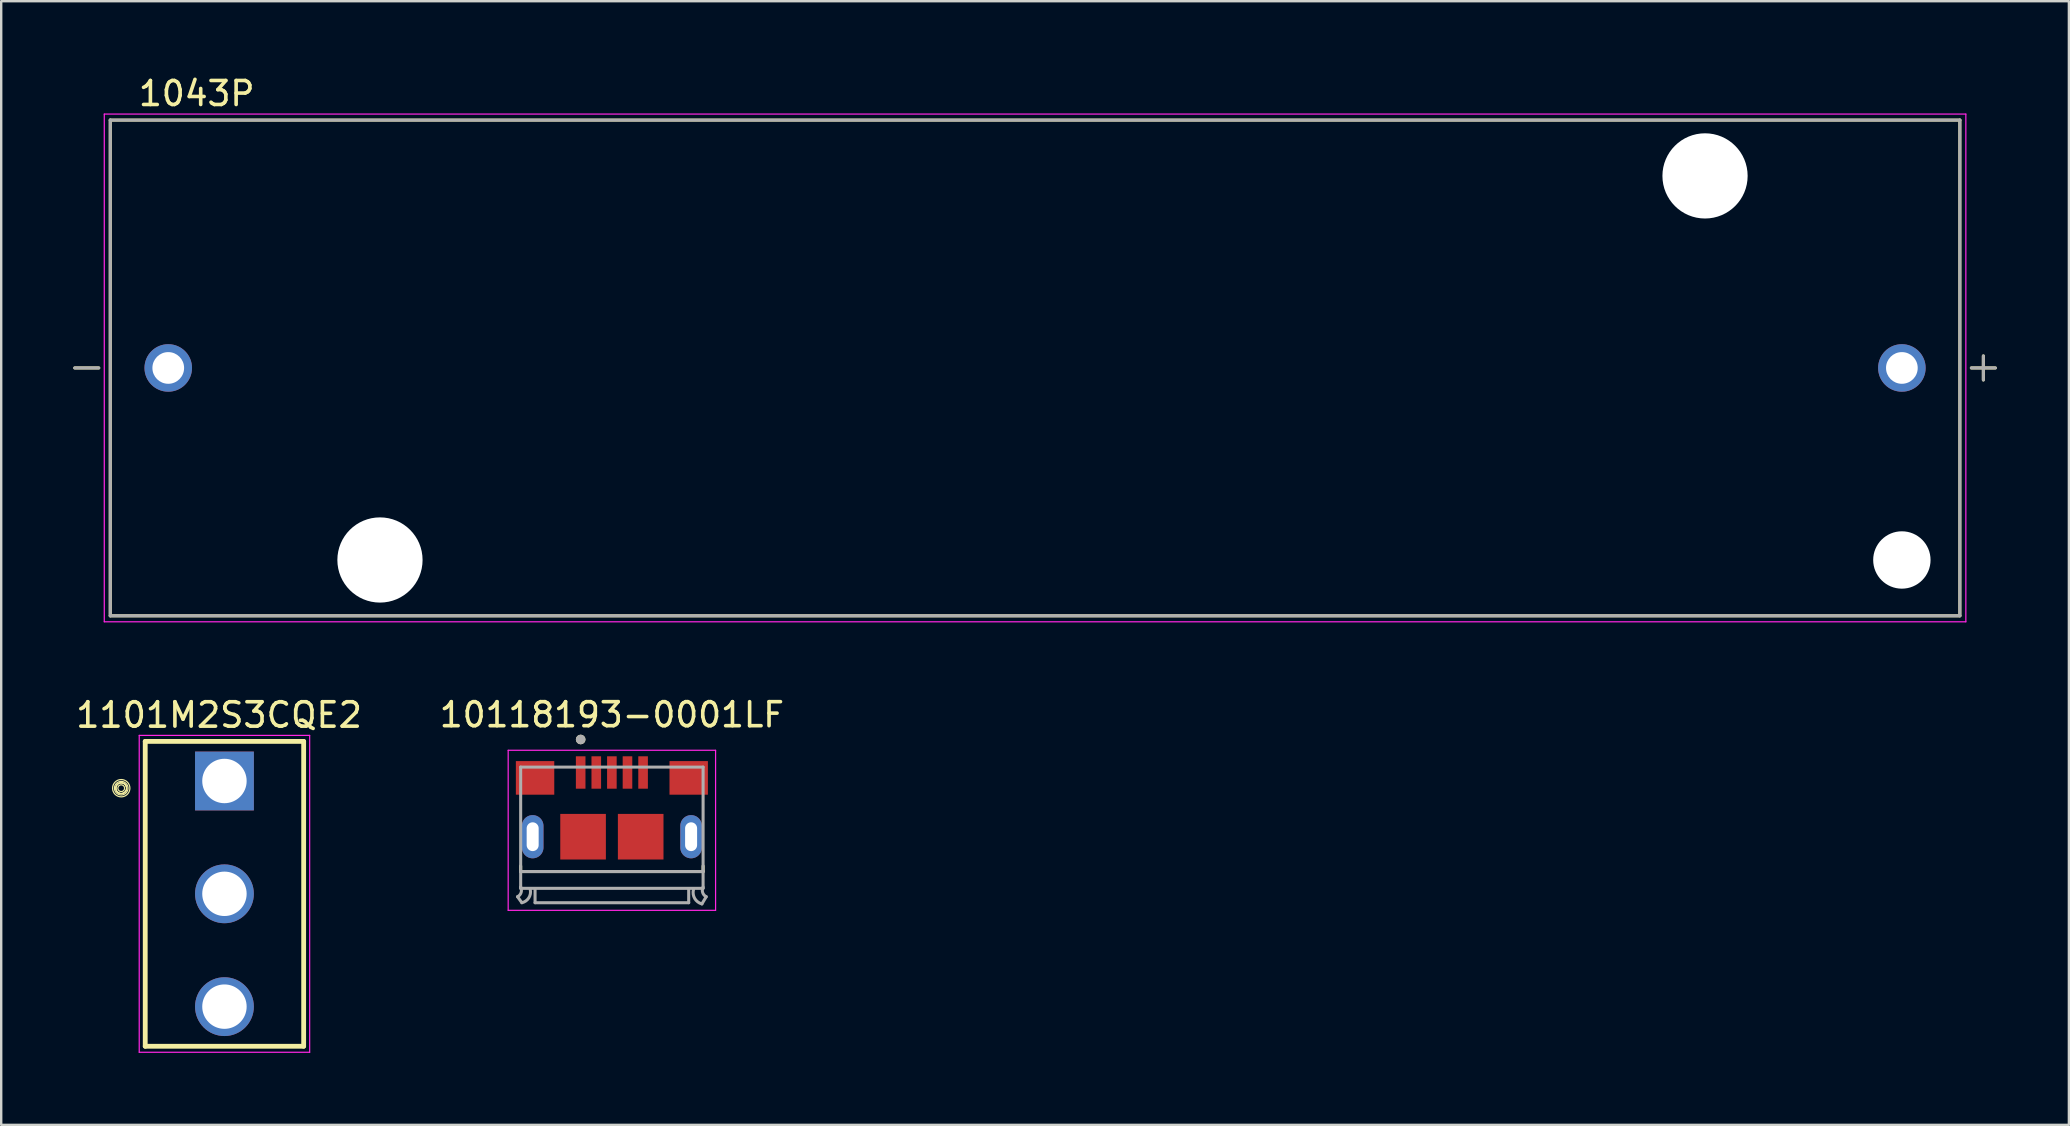
<source format=kicad_pcb>
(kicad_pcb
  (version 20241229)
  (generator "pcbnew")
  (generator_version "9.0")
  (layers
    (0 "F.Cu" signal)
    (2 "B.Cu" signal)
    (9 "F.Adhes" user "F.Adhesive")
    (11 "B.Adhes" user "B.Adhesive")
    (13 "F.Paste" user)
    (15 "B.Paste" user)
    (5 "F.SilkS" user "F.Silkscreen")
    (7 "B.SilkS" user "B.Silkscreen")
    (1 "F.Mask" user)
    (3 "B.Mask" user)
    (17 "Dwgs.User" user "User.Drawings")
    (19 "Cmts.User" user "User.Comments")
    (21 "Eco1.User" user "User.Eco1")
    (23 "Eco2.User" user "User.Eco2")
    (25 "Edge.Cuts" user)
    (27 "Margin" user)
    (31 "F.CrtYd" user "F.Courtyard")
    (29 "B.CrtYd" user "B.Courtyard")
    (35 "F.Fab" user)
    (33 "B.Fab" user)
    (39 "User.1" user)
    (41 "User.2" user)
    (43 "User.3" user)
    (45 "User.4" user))
  (footprint "1101M2S3CQE2"
    (layer "F.Cu")
    (at 6.3 34.185)
    (property "Reference" "1101M2S3CQE2" (at -0.225 -7.449 0) (layer "F.SilkS") (effects (font (size 1.016 1.016) (thickness 0.15))))
    (attr through_hole)
    (fp_line (start -3.3 -6.35) (end 3.3 -6.35) (stroke (width 0.2) (type solid)) (layer "F.SilkS"))
    (fp_line (start -3.3 6.35) (end -3.3 -6.35) (stroke (width 0.2) (type solid)) (layer "F.SilkS"))
    (fp_line (start 3.3 -6.35) (end 3.3 6.35) (stroke (width 0.2) (type solid)) (layer "F.SilkS"))
    (fp_line (start 3.3 6.35) (end -3.3 6.35) (stroke (width 0.2) (type solid)) (layer "F.SilkS"))
    (fp_circle (center -4.3 -4.4) (end -4.159 -4.4) (stroke (width 0.05) (type solid)) (fill no) (layer "F.SilkS"))
    (fp_circle (center -4.3 -4.4) (end -4.076 -4.4) (stroke (width 0.05) (type solid)) (fill no) (layer "F.SilkS"))
    (fp_circle (center -4.3 -4.4) (end -4.076 -4.4) (stroke (width 0.05) (type solid)) (fill no) (layer "F.SilkS"))
    (fp_circle (center -4.3 -4.4) (end -4.076 -4.4) (stroke (width 0.05) (type solid)) (fill no) (layer "F.SilkS"))
    (fp_circle (center -4.3 -4.4) (end -4.017 -4.4) (stroke (width 0.05) (type solid)) (fill no) (layer "F.SilkS"))
    (fp_circle (center -4.3 -4.4) (end -3.939 -4.4) (stroke (width 0.05) (type solid)) (fill no) (layer "F.SilkS"))
    (fp_line (start -3.55 -6.6) (end 3.55 -6.6) (stroke (width 0.05) (type solid)) (layer "F.CrtYd"))
    (fp_line (start -3.55 6.6) (end -3.55 -6.6) (stroke (width 0.05) (type solid)) (layer "F.CrtYd"))
    (fp_line (start 3.55 -6.6) (end 3.55 6.6) (stroke (width 0.05) (type solid)) (layer "F.CrtYd"))
    (fp_line (start 3.55 6.6) (end -3.55 6.6) (stroke (width 0.05) (type solid)) (layer "F.CrtYd"))
    (pad "1" thru_hole rect (at 0 -4.7) (size 2.45 2.45) (drill 1.85) (layers "*.Cu" "*.Mask"))
    (pad "2" thru_hole circle (at 0 0) (size 2.45 2.45) (drill 1.85) (layers "*.Cu" "*.Mask"))
    (pad "3" thru_hole circle (at 0 4.7) (size 2.45 2.45) (drill 1.85) (layers "*.Cu" "*.Mask")))
  (footprint "1043P"
    (layer "F.Cu")
    (at 40.069 12.278)
    (property "Reference" "1043P" (at -34.925 -11.43 0) (layer "F.SilkS") (effects (font (size 1 1) (thickness 0.15))))
    (attr through_hole)
    (fp_line (start -39.005 0) (end -40.005 0) (stroke (width 0.127) (type solid)) (layer "F.SilkS"))
    (fp_line (start -38.525 -10.325) (end 38.525 -10.325) (stroke (width 0.127) (type solid)) (layer "F.SilkS"))
    (fp_line (start -38.525 10.325) (end -38.525 -10.325) (stroke (width 0.127) (type solid)) (layer "F.SilkS"))
    (fp_line (start 38.525 -10.325) (end 38.525 10.325) (stroke (width 0.127) (type solid)) (layer "F.SilkS"))
    (fp_line (start 38.525 10.325) (end -38.525 10.325) (stroke (width 0.127) (type solid)) (layer "F.SilkS"))
    (fp_line (start 39.505 0.5) (end 39.505 -0.5) (stroke (width 0.127) (type solid)) (layer "F.SilkS"))
    (fp_line (start 40.005 0) (end 39.005 0) (stroke (width 0.127) (type solid)) (layer "F.SilkS"))
    (fp_line (start -38.775 -10.575) (end 38.775 -10.575) (stroke (width 0.05) (type solid)) (layer "F.CrtYd"))
    (fp_line (start -38.775 10.575) (end -38.775 -10.575) (stroke (width 0.05) (type solid)) (layer "F.CrtYd"))
    (fp_line (start 38.775 -10.575) (end 38.775 10.575) (stroke (width 0.05) (type solid)) (layer "F.CrtYd"))
    (fp_line (start 38.775 10.575) (end -38.775 10.575) (stroke (width 0.05) (type solid)) (layer "F.CrtYd"))
    (fp_line (start -39.005 0) (end -40.005 0) (stroke (width 0.127) (type solid)) (layer "F.Fab"))
    (fp_line (start -38.525 -10.325) (end 38.525 -10.325) (stroke (width 0.127) (type solid)) (layer "F.Fab"))
    (fp_line (start -38.525 10.325) (end -38.525 -10.325) (stroke (width 0.127) (type solid)) (layer "F.Fab"))
    (fp_line (start 38.525 -10.325) (end 38.525 10.325) (stroke (width 0.127) (type solid)) (layer "F.Fab"))
    (fp_line (start 38.525 10.325) (end -38.525 10.325) (stroke (width 0.127) (type solid)) (layer "F.Fab"))
    (fp_line (start 39.005 0) (end 40.005 0) (stroke (width 0.127) (type solid)) (layer "F.Fab"))
    (fp_line (start 39.505 0.5) (end 39.505 -0.5) (stroke (width 0.127) (type solid)) (layer "F.Fab"))
    (pad "" np_thru_hole circle (at -27.29 8) (size 3.55 3.55) (drill 3.55) (layers "*.Cu" "*.Mask"))
    (pad "" np_thru_hole circle (at 27.91 -8) (size 3.55 3.55) (drill 3.55) (layers "*.Cu" "*.Mask"))
    (pad "" np_thru_hole circle (at 36.11 8) (size 2.39 2.39) (drill 2.39) (layers "*.Cu" "*.Mask"))
    (pad "N" thru_hole circle (at -36.11 0) (size 1.98 1.98) (drill 1.32) (layers "*.Cu" "*.Mask"))
    (pad "P" thru_hole circle (at 36.11 0) (size 1.98 1.98) (drill 1.32) (layers "*.Cu" "*.Mask")))
  (footprint "10118193-0001LF"
    (layer "F.Cu")
    (at 22.44 31.806)
    (property "Reference" "10118193-0001LF" (at 0 -5.08 0) (layer "F.SilkS") (effects (font (size 1 1) (thickness 0.15))))
    (attr smd)
    (fp_line (start -3.8 1.45) (end -3.8 1.22) (stroke (width 0.127) (type solid)) (layer "F.SilkS"))
    (fp_line (start -3.8 1.45) (end 3.8 1.45) (stroke (width 0.127) (type solid)) (layer "F.SilkS"))
    (fp_line (start 3.8 1.45) (end 3.8 1.22) (stroke (width 0.127) (type solid)) (layer "F.SilkS"))
    (fp_circle (center -1.3 -4.05) (end -1.2 -4.05) (stroke (width 0.2) (type solid)) (fill no) (layer "F.SilkS"))
    (fp_line (start -4.32 -3.6) (end -4.32 3.066) (stroke (width 0.05) (type solid)) (layer "F.CrtYd"))
    (fp_line (start -4.32 3.066) (end 4.32 3.066) (stroke (width 0.05) (type solid)) (layer "F.CrtYd"))
    (fp_line (start 4.32 -3.6) (end -4.32 -3.6) (stroke (width 0.05) (type solid)) (layer "F.CrtYd"))
    (fp_line (start 4.32 3.066) (end 4.32 -3.6) (stroke (width 0.05) (type solid)) (layer "F.CrtYd"))
    (fp_line (start -3.93 2.5) (end -3.75 2.75) (stroke (width 0.127) (type solid)) (layer "F.Fab"))
    (fp_line (start -3.8 -2.9) (end 3.8 -2.9) (stroke (width 0.127) (type solid)) (layer "F.Fab"))
    (fp_line (start -3.8 1.45) (end 3.8 1.45) (stroke (width 0.127) (type solid)) (layer "F.Fab"))
    (fp_line (start -3.8 2.1) (end -3.8 -2.9) (stroke (width 0.127) (type solid)) (layer "F.Fab"))
    (fp_line (start -3.8 2.15) (end -3.8 2.1) (stroke (width 0.127) (type solid)) (layer "F.Fab"))
    (fp_line (start -3.2 2.2) (end -3.2 2.75) (stroke (width 0.127) (type solid)) (layer "F.Fab"))
    (fp_line (start -3.2 2.75) (end 3.2 2.75) (stroke (width 0.127) (type solid)) (layer "F.Fab"))
    (fp_line (start 3.2 2.75) (end 3.2 2.2) (stroke (width 0.127) (type solid)) (layer "F.Fab"))
    (fp_line (start 3.8 -2.9) (end 3.8 1.45) (stroke (width 0.127) (type solid)) (layer "F.Fab"))
    (fp_line (start 3.8 1.45) (end 3.8 2.15) (stroke (width 0.127) (type solid)) (layer "F.Fab"))
    (fp_line (start 3.8 2.15) (end -3.8 2.15) (stroke (width 0.127) (type solid)) (layer "F.Fab"))
    (fp_line (start 3.93 2.5) (end 3.75 2.8) (stroke (width 0.127) (type solid)) (layer "F.Fab"))
    (fp_arc (start -3.8 2.1) (mid -3.782157 2.326924) (end -3.93 2.5) (stroke (width 0.127) (type solid)) (layer "F.Fab"))
    (fp_arc (start -3.4 2.2) (mid -3.461091 2.547487) (end -3.75 2.75) (stroke (width 0.127) (type solid)) (layer "F.Fab"))
    (fp_arc (start 3.75 2.8) (mid 3.450736 2.572487) (end 3.4 2.2) (stroke (width 0.127) (type solid)) (layer "F.Fab"))
    (fp_arc (start 3.93 2.5) (mid 3.782157 2.326924) (end 3.8 2.1) (stroke (width 0.127) (type solid)) (layer "F.Fab"))
    (fp_circle (center -1.3 -4.05) (end -1.2 -4.05) (stroke (width 0.2) (type solid)) (fill no) (layer "F.Fab"))
    (pad "1" smd rect (at -1.3 -2.675) (size 0.4 1.35) (layers "F.Cu" "F.Mask" "F.Paste"))
    (pad "2" smd rect (at -0.65 -2.675) (size 0.4 1.35) (layers "F.Cu" "F.Mask" "F.Paste"))
    (pad "3" smd rect (at 0 -2.675) (size 0.4 1.35) (layers "F.Cu" "F.Mask" "F.Paste"))
    (pad "4" smd rect (at 0.65 -2.675) (size 0.4 1.35) (layers "F.Cu" "F.Mask" "F.Paste"))
    (pad "5" smd rect (at 1.3 -2.675) (size 0.4 1.35) (layers "F.Cu" "F.Mask" "F.Paste"))
    (pad "S1" smd rect (at -3.2 -2.45) (size 1.6 1.4) (layers "F.Cu" "F.Mask" "F.Paste"))
    (pad "S2" smd rect (at 3.2 -2.45) (size 1.6 1.4) (layers "F.Cu" "F.Mask" "F.Paste"))
    (pad "S3" smd rect (at 1.2 0) (size 1.9 1.9) (layers "F.Cu" "F.Mask" "F.Paste"))
    (pad "S4" smd rect (at -1.2 0) (size 1.9 1.9) (layers "F.Cu" "F.Mask" "F.Paste"))
    (pad "S5" thru_hole oval (at -3.3 0) (size 0.9 1.8) (drill oval 0.5 1.2) (layers "*.Cu" "*.Mask"))
    (pad "S6" thru_hole oval (at 3.3 0) (size 0.9 1.8) (drill oval 0.5 1.2) (layers "*.Cu" "*.Mask")))
  (gr_rect
    (start -3 -3)
    (end 83.137 43.81)
    (stroke (width 0.1) (type default))
    (fill no)
    (layer "Edge.Cuts")))
</source>
